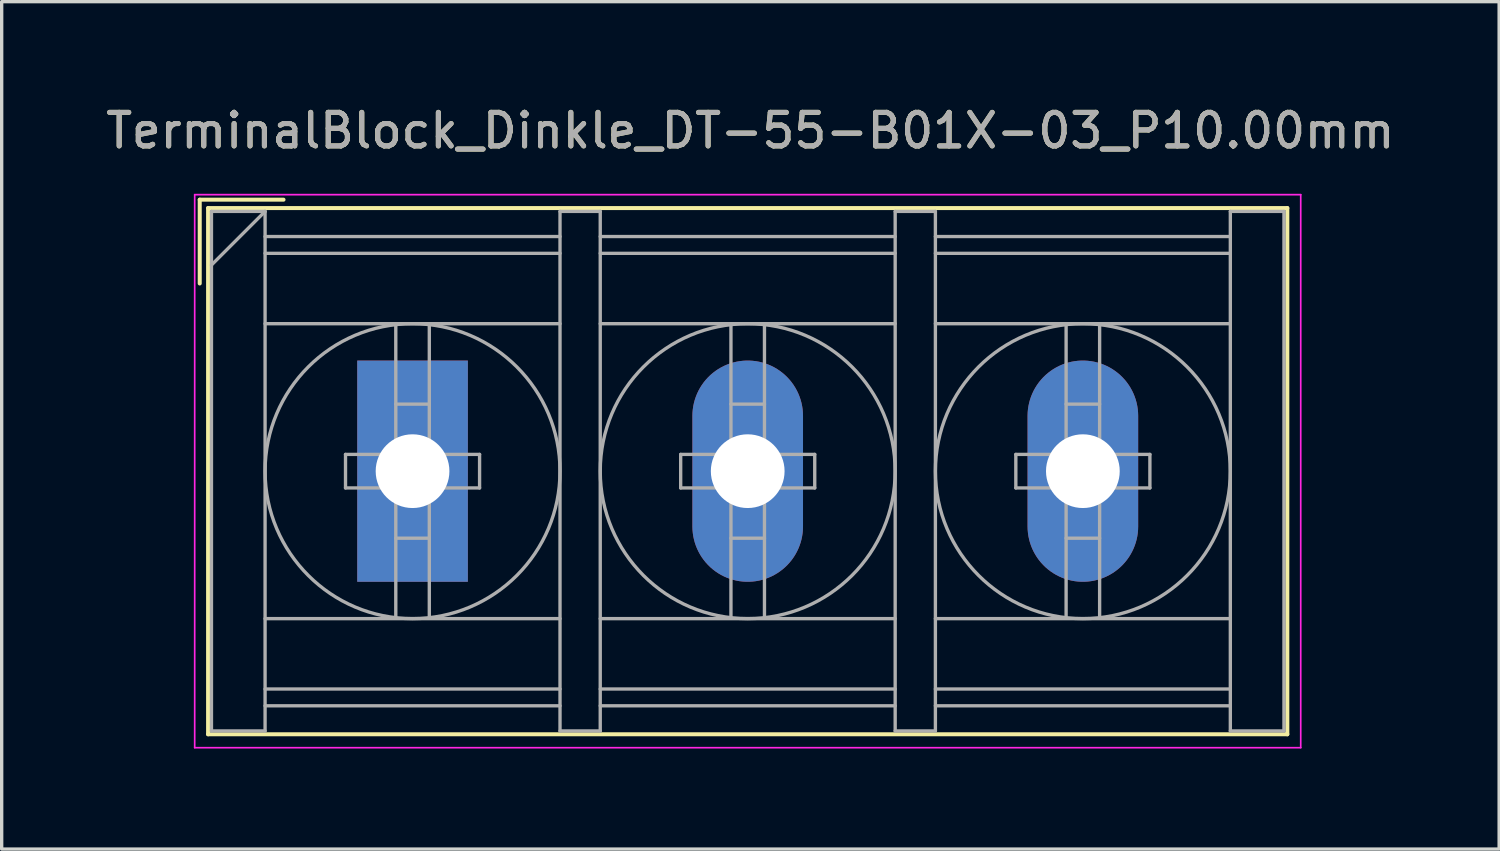
<source format=kicad_pcb>
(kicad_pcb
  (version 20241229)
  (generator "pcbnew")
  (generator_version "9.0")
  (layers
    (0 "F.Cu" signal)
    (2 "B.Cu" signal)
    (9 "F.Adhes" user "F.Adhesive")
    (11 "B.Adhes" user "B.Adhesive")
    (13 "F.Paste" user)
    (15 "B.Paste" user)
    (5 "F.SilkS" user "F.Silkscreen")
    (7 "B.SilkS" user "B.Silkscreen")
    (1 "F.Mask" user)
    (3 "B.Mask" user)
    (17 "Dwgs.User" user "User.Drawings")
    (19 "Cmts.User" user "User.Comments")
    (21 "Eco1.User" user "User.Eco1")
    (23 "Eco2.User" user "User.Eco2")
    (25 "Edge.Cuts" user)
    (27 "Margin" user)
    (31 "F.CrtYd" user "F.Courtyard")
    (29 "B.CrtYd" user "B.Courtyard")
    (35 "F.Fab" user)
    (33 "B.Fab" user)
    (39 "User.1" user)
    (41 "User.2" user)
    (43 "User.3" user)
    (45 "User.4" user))
  (footprint "TerminalBlock_Dinkle_DT-55-B01X-03_P10.00mm"
    (layer "F.Cu")
    (at 9.259 11.008)
    (property "Reference" "TerminalBlock_Dinkle_DT-55-B01X-03_P10.00mm" (at 10.08 -10.16 0) (layer "F.SilkS") (effects (font (size 1 1) (thickness 0.15))))
    (attr through_hole)
    (fp_line (start -6.35 -8.1) (end -3.85 -8.1) (stroke (width 0.12) (type solid)) (layer "F.SilkS"))
    (fp_line (start -6.35 -5.6) (end -6.35 -8.1) (stroke (width 0.12) (type solid)) (layer "F.SilkS"))
    (fp_line (start -6.1 -7.85) (end 26.1 -7.85) (stroke (width 0.12) (type solid)) (layer "F.SilkS"))
    (fp_line (start -6.1 7.85) (end -6.1 -7.85) (stroke (width 0.12) (type solid)) (layer "F.SilkS"))
    (fp_line (start -6.1 7.85) (end 26.1 7.85) (stroke (width 0.12) (type solid)) (layer "F.SilkS"))
    (fp_line (start 26.1 -7.85) (end 26.1 7.85) (stroke (width 0.12) (type solid)) (layer "F.SilkS"))
    (fp_line (start -6.5 -8.25) (end 26.5 -8.25) (stroke (width 0.05) (type solid)) (layer "F.CrtYd"))
    (fp_line (start -6.5 8.25) (end -6.5 -8.25) (stroke (width 0.05) (type solid)) (layer "F.CrtYd"))
    (fp_line (start -6.5 8.25) (end 26.5 8.25) (stroke (width 0.05) (type solid)) (layer "F.CrtYd"))
    (fp_line (start 26.5 -8.25) (end 26.5 8.25) (stroke (width 0.05) (type solid)) (layer "F.CrtYd"))
    (fp_line (start -6 -7.75) (end -6 7.75) (stroke (width 0.1) (type solid)) (layer "F.Fab"))
    (fp_line (start -6 -7.75) (end -4.4 -7.75) (stroke (width 0.1) (type solid)) (layer "F.Fab"))
    (fp_line (start -6 7.75) (end -4.4 7.75) (stroke (width 0.1) (type solid)) (layer "F.Fab"))
    (fp_line (start -4.4 -7.75) (end -6 -6.15) (stroke (width 0.1) (type solid)) (layer "F.Fab"))
    (fp_line (start -4.4 -7.75) (end -4.4 7.75) (stroke (width 0.1) (type solid)) (layer "F.Fab"))
    (fp_line (start -4.4 -7) (end 4.4 -7) (stroke (width 0.1) (type solid)) (layer "F.Fab"))
    (fp_line (start -4.4 -6.5) (end 4.4 -6.5) (stroke (width 0.1) (type solid)) (layer "F.Fab"))
    (fp_line (start -4.4 -4.4) (end 4.4 -4.4) (stroke (width 0.1) (type solid)) (layer "F.Fab"))
    (fp_line (start -4.4 4.4) (end 4.4 4.4) (stroke (width 0.1) (type solid)) (layer "F.Fab"))
    (fp_line (start -4.4 6.5) (end 4.4 6.5) (stroke (width 0.1) (type solid)) (layer "F.Fab"))
    (fp_line (start -4.4 7) (end 4.4 7) (stroke (width 0.1) (type solid)) (layer "F.Fab"))
    (fp_line (start -2 -0.5) (end -2 0.5) (stroke (width 0.1) (type solid)) (layer "F.Fab"))
    (fp_line (start -2 0.5) (end -0.5 0.5) (stroke (width 0.1) (type solid)) (layer "F.Fab"))
    (fp_line (start -0.5 -4.35) (end -0.5 -0.5) (stroke (width 0.1) (type solid)) (layer "F.Fab"))
    (fp_line (start -0.5 -2) (end 0.5 -2) (stroke (width 0.1) (type solid)) (layer "F.Fab"))
    (fp_line (start -0.5 -0.5) (end -2 -0.5) (stroke (width 0.1) (type solid)) (layer "F.Fab"))
    (fp_line (start -0.5 0.5) (end -0.5 4.35) (stroke (width 0.1) (type solid)) (layer "F.Fab"))
    (fp_line (start -0.5 2) (end 0.5 2) (stroke (width 0.1) (type solid)) (layer "F.Fab"))
    (fp_line (start 0.5 -4.35) (end 0.5 -0.5) (stroke (width 0.1) (type solid)) (layer "F.Fab"))
    (fp_line (start 0.5 -0.5) (end 2 -0.5) (stroke (width 0.1) (type solid)) (layer "F.Fab"))
    (fp_line (start 0.5 0.5) (end 0.5 4.35) (stroke (width 0.1) (type solid)) (layer "F.Fab"))
    (fp_line (start 2 -0.5) (end 2 0.5) (stroke (width 0.1) (type solid)) (layer "F.Fab"))
    (fp_line (start 2 0.5) (end 0.5 0.5) (stroke (width 0.1) (type solid)) (layer "F.Fab"))
    (fp_line (start 4.4 -7.75) (end 4.4 7.75) (stroke (width 0.1) (type solid)) (layer "F.Fab"))
    (fp_line (start 4.4 -7.75) (end 5.6 -7.75) (stroke (width 0.1) (type solid)) (layer "F.Fab"))
    (fp_line (start 4.4 7.75) (end 5.6 7.75) (stroke (width 0.1) (type solid)) (layer "F.Fab"))
    (fp_line (start 5.6 -7.75) (end 5.6 7.75) (stroke (width 0.1) (type solid)) (layer "F.Fab"))
    (fp_line (start 5.6 -7) (end 14.4 -7) (stroke (width 0.1) (type solid)) (layer "F.Fab"))
    (fp_line (start 5.6 -6.5) (end 14.4 -6.5) (stroke (width 0.1) (type solid)) (layer "F.Fab"))
    (fp_line (start 5.6 -4.4) (end 14.4 -4.4) (stroke (width 0.1) (type solid)) (layer "F.Fab"))
    (fp_line (start 5.6 4.4) (end 14.4 4.4) (stroke (width 0.1) (type solid)) (layer "F.Fab"))
    (fp_line (start 5.6 6.5) (end 14.4 6.5) (stroke (width 0.1) (type solid)) (layer "F.Fab"))
    (fp_line (start 5.6 7) (end 14.4 7) (stroke (width 0.1) (type solid)) (layer "F.Fab"))
    (fp_line (start 8 -0.5) (end 8 0.5) (stroke (width 0.1) (type solid)) (layer "F.Fab"))
    (fp_line (start 8 0.5) (end 9.5 0.5) (stroke (width 0.1) (type solid)) (layer "F.Fab"))
    (fp_line (start 9.5 -4.35) (end 9.5 -0.5) (stroke (width 0.1) (type solid)) (layer "F.Fab"))
    (fp_line (start 9.5 -2) (end 10.5 -2) (stroke (width 0.1) (type solid)) (layer "F.Fab"))
    (fp_line (start 9.5 -0.5) (end 8 -0.5) (stroke (width 0.1) (type solid)) (layer "F.Fab"))
    (fp_line (start 9.5 0.5) (end 9.5 4.35) (stroke (width 0.1) (type solid)) (layer "F.Fab"))
    (fp_line (start 9.5 2) (end 10.5 2) (stroke (width 0.1) (type solid)) (layer "F.Fab"))
    (fp_line (start 10.5 -4.35) (end 10.5 -0.5) (stroke (width 0.1) (type solid)) (layer "F.Fab"))
    (fp_line (start 10.5 -0.5) (end 12 -0.5) (stroke (width 0.1) (type solid)) (layer "F.Fab"))
    (fp_line (start 10.5 0.5) (end 10.5 4.35) (stroke (width 0.1) (type solid)) (layer "F.Fab"))
    (fp_line (start 12 -0.5) (end 12 0.5) (stroke (width 0.1) (type solid)) (layer "F.Fab"))
    (fp_line (start 12 0.5) (end 10.5 0.5) (stroke (width 0.1) (type solid)) (layer "F.Fab"))
    (fp_line (start 14.4 -7.75) (end 14.4 7.75) (stroke (width 0.1) (type solid)) (layer "F.Fab"))
    (fp_line (start 14.4 -7.75) (end 15.6 -7.75) (stroke (width 0.1) (type solid)) (layer "F.Fab"))
    (fp_line (start 14.4 7.75) (end 15.6 7.75) (stroke (width 0.1) (type solid)) (layer "F.Fab"))
    (fp_line (start 15.6 -7.75) (end 15.6 7.75) (stroke (width 0.1) (type solid)) (layer "F.Fab"))
    (fp_line (start 15.6 -7) (end 24.4 -7) (stroke (width 0.1) (type solid)) (layer "F.Fab"))
    (fp_line (start 15.6 -6.5) (end 24.4 -6.5) (stroke (width 0.1) (type solid)) (layer "F.Fab"))
    (fp_line (start 15.6 -4.4) (end 24.4 -4.4) (stroke (width 0.1) (type solid)) (layer "F.Fab"))
    (fp_line (start 15.6 4.4) (end 24.4 4.4) (stroke (width 0.1) (type solid)) (layer "F.Fab"))
    (fp_line (start 15.6 6.5) (end 24.4 6.5) (stroke (width 0.1) (type solid)) (layer "F.Fab"))
    (fp_line (start 15.6 7) (end 24.4 7) (stroke (width 0.1) (type solid)) (layer "F.Fab"))
    (fp_line (start 18 -0.5) (end 18 0.5) (stroke (width 0.1) (type solid)) (layer "F.Fab"))
    (fp_line (start 18 0.5) (end 19.5 0.5) (stroke (width 0.1) (type solid)) (layer "F.Fab"))
    (fp_line (start 19.5 -4.35) (end 19.5 -0.5) (stroke (width 0.1) (type solid)) (layer "F.Fab"))
    (fp_line (start 19.5 -2) (end 20.5 -2) (stroke (width 0.1) (type solid)) (layer "F.Fab"))
    (fp_line (start 19.5 -0.5) (end 18 -0.5) (stroke (width 0.1) (type solid)) (layer "F.Fab"))
    (fp_line (start 19.5 0.5) (end 19.5 4.35) (stroke (width 0.1) (type solid)) (layer "F.Fab"))
    (fp_line (start 19.5 2) (end 20.5 2) (stroke (width 0.1) (type solid)) (layer "F.Fab"))
    (fp_line (start 20.5 -4.35) (end 20.5 -0.5) (stroke (width 0.1) (type solid)) (layer "F.Fab"))
    (fp_line (start 20.5 -0.5) (end 22 -0.5) (stroke (width 0.1) (type solid)) (layer "F.Fab"))
    (fp_line (start 20.5 0.5) (end 20.5 4.35) (stroke (width 0.1) (type solid)) (layer "F.Fab"))
    (fp_line (start 22 -0.5) (end 22 0.5) (stroke (width 0.1) (type solid)) (layer "F.Fab"))
    (fp_line (start 22 0.5) (end 20.5 0.5) (stroke (width 0.1) (type solid)) (layer "F.Fab"))
    (fp_line (start 24.4 -7.75) (end 24.4 7.75) (stroke (width 0.1) (type solid)) (layer "F.Fab"))
    (fp_line (start 24.4 -7.75) (end 26 -7.75) (stroke (width 0.1) (type solid)) (layer "F.Fab"))
    (fp_line (start 24.4 7.75) (end 26 7.75) (stroke (width 0.1) (type solid)) (layer "F.Fab"))
    (fp_line (start 26 -7.75) (end 26 7.75) (stroke (width 0.1) (type solid)) (layer "F.Fab"))
    (fp_circle (center 0 0) (end 0.5 0.5) (stroke (width 0.1) (type solid)) (fill no) (layer "F.Fab"))
    (fp_circle (center 0 0) (end 4.4 0) (stroke (width 0.1) (type solid)) (fill no) (layer "F.Fab"))
    (fp_circle (center 10 0) (end 10.5 0.5) (stroke (width 0.1) (type solid)) (fill no) (layer "F.Fab"))
    (fp_circle (center 10 0) (end 14.4 0) (stroke (width 0.1) (type solid)) (fill no) (layer "F.Fab"))
    (fp_circle (center 20 0) (end 20.5 0.5) (stroke (width 0.1) (type solid)) (fill no) (layer "F.Fab"))
    (fp_circle (center 20 0) (end 24.4 0) (stroke (width 0.1) (type solid)) (fill no) (layer "F.Fab"))
    (fp_text user "${REFERENCE}" (at 10.08 -10.16 0) (layer "F.Fab") (effects (font (size 1 1) (thickness 0.15))))
    (pad "1" thru_hole rect (at 0 0) (size 3.3 6.6) (drill 2.2) (layers "*.Cu" "*.Mask"))
    (pad "2" thru_hole oval (at 10 0) (size 3.3 6.6) (drill 2.2) (layers "*.Cu" "*.Mask"))
    (pad "3" thru_hole oval (at 20 0) (size 3.3 6.6) (drill 2.2) (layers "*.Cu" "*.Mask")))
  (gr_rect
    (start -3 -3)
    (end 41.679 22.283)
    (stroke (width 0.1) (type default))
    (fill no)
    (layer "Edge.Cuts")))
</source>
